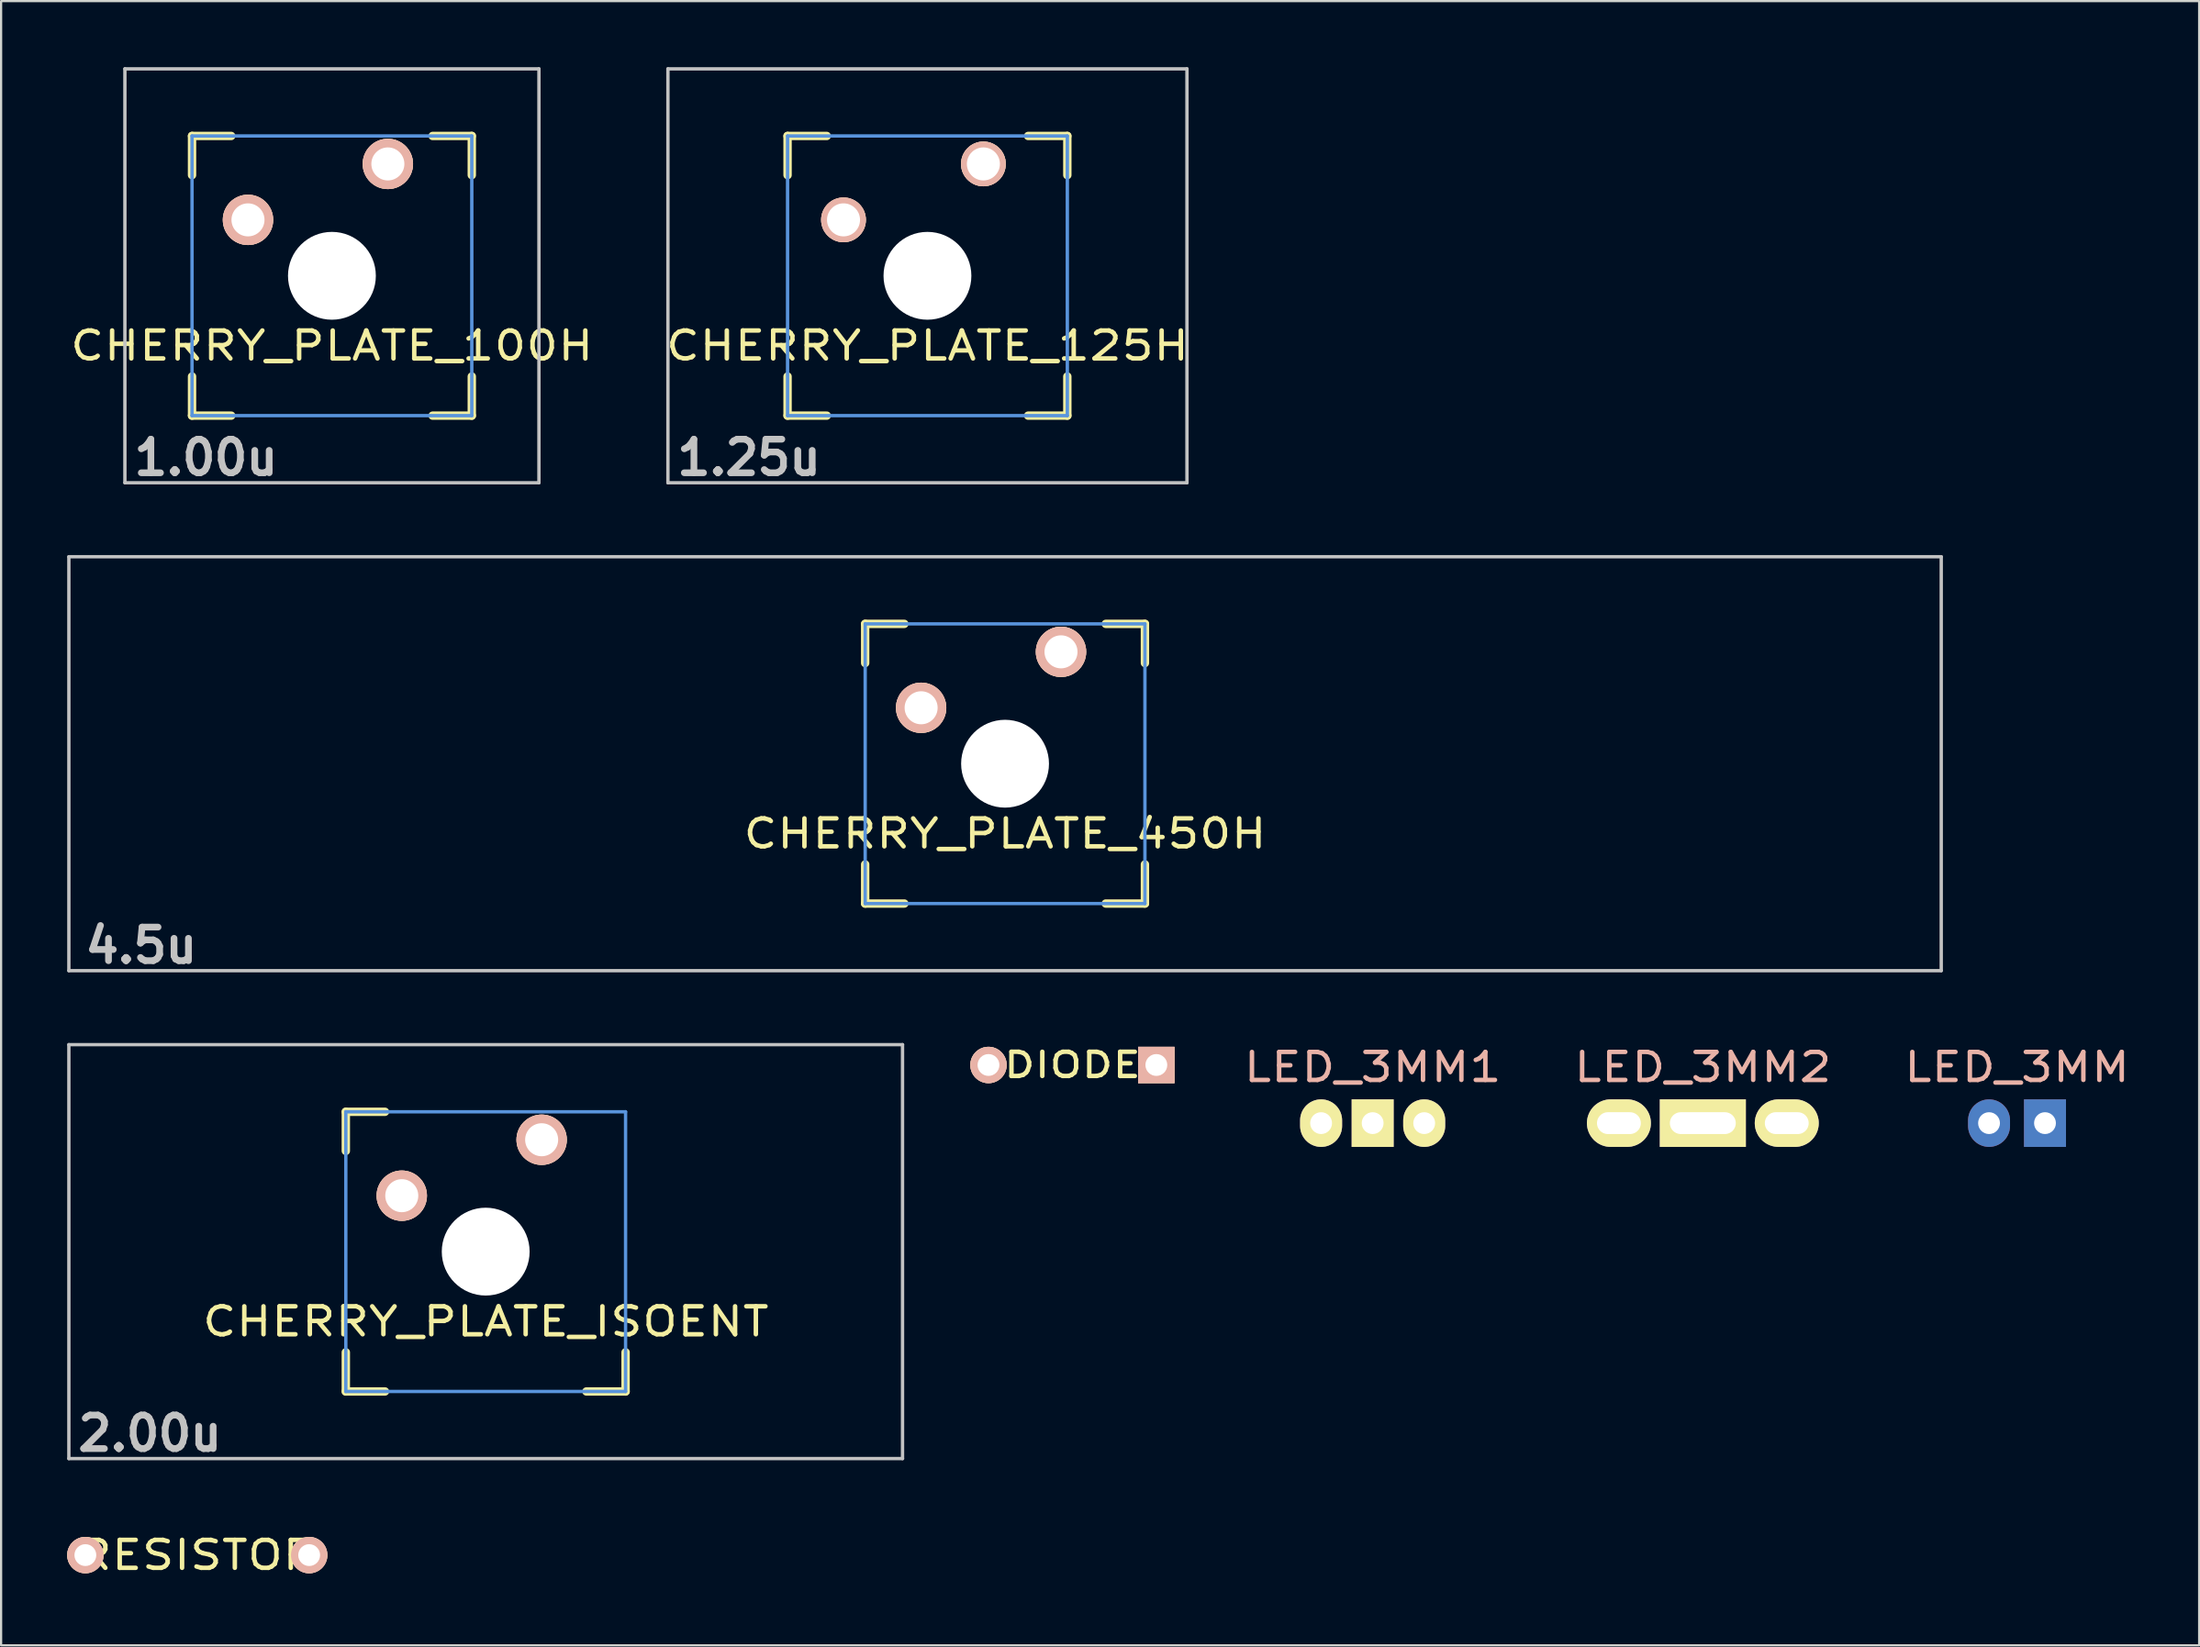
<source format=kicad_pcb>
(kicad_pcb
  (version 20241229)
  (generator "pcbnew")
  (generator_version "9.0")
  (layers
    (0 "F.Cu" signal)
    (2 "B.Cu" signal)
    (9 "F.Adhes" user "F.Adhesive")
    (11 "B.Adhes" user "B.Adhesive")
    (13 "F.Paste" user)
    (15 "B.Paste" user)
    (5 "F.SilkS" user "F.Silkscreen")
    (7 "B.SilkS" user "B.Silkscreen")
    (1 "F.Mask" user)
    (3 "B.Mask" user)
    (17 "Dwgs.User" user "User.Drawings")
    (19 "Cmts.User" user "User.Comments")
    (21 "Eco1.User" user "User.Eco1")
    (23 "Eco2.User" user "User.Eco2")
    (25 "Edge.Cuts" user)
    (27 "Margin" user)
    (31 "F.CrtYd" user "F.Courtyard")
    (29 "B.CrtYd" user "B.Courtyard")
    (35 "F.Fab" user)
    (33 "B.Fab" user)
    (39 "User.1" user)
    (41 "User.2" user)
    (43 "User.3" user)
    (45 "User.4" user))
  (footprint "DIODE"
    (layer "F.Cu")
    (at 45.634 45.311)
    (property "Reference" "DIODE" (at 0 0 0) (layer "F.SilkS") (effects (font (size 1.1 1.4) (thickness 0.203))))
    (attr through_hole)
    (pad "1" thru_hole circle (at -3.81 0) (size 1.651 1.651) (drill 0.991) (layers "*.Cu" "*.SilkS" "*.Mask"))
    (pad "2" thru_hole rect (at 3.81 0) (size 1.651 1.651) (drill 0.991) (layers "*.Cu" "*.SilkS" "*.Mask")))
  (footprint "LED_3MM1"
    (layer "F.Cu")
    (at 59.264 47.951)
    (property "Reference" "LED_3MM1" (at 0 -2.54 0) (layer "B.SilkS") (effects (font (size 1.27 1.524) (thickness 0.203))))
    (attr through_hole)
    (pad "1" thru_hole oval (at -2.34 0) (size 1.905 2.159) (drill 0.991) (layers "*.Cu" "F.Mask" "F.SilkS"))
    (pad "1" thru_hole oval (at 2.34 0) (size 1.905 2.159) (drill 0.991) (layers "*.Cu" "F.Mask" "F.SilkS"))
    (pad "2" thru_hole rect (at 0 0) (size 1.905 2.159) (drill 0.991) (layers "*.Cu" "F.Mask" "F.SilkS")))
  (footprint "LED_3MM"
    (layer "F.Cu")
    (at 88.516 47.951)
    (property "Reference" "LED_3MM" (at 0 -2.54 0) (layer "B.SilkS") (effects (font (size 1.27 1.524) (thickness 0.203))))
    (attr through_hole)
    (pad "1" thru_hole oval (at -1.27 0) (size 1.905 2.159) (drill 0.991) (layers "*.Cu" "*.Mask"))
    (pad "2" thru_hole rect (at 1.27 0) (size 1.905 2.159) (drill 0.991) (layers "*.Cu" "*.Mask")))
  (footprint "RESISTOR"
    (layer "F.Cu")
    (at 5.905 67.567)
    (property "Reference" "RESISTOR" (at 0 0 0) (layer "F.SilkS") (effects (font (size 1.27 1.524) (thickness 0.203))))
    (attr through_hole)
    (pad "1" thru_hole circle (at -5.08 0) (size 1.651 1.651) (drill 0.991) (layers "*.Cu" "*.SilkS" "*.Mask"))
    (pad "2" thru_hole circle (at 5.08 0) (size 1.651 1.651) (drill 0.991) (layers "*.Cu" "*.SilkS" "*.Mask")))
  (footprint "CHERRY_PLATE_450H"
    (layer "F.Cu")
    (at 42.576 31.63)
    (property "Reference" "CHERRY_PLATE_450H" (at 0 3.175 0) (layer "F.SilkS") (effects (font (size 1.27 1.524) (thickness 0.203))))
    (attr through_hole)
    (fp_line (start -6.35 -6.35) (end -4.572 -6.35) (stroke (width 0.381) (type solid)) (layer "F.SilkS"))
    (fp_line (start -6.35 -4.572) (end -6.35 -6.35) (stroke (width 0.381) (type solid)) (layer "F.SilkS"))
    (fp_line (start -6.35 6.35) (end -6.35 4.572) (stroke (width 0.381) (type solid)) (layer "F.SilkS"))
    (fp_line (start -4.572 6.35) (end -6.35 6.35) (stroke (width 0.381) (type solid)) (layer "F.SilkS"))
    (fp_line (start 4.572 -6.35) (end 6.35 -6.35) (stroke (width 0.381) (type solid)) (layer "F.SilkS"))
    (fp_line (start 6.35 -6.35) (end 6.35 -4.572) (stroke (width 0.381) (type solid)) (layer "F.SilkS"))
    (fp_line (start 6.35 4.572) (end 6.35 6.35) (stroke (width 0.381) (type solid)) (layer "F.SilkS"))
    (fp_line (start 6.35 6.35) (end 4.572 6.35) (stroke (width 0.381) (type solid)) (layer "F.SilkS"))
    (fp_line (start -42.5 -9.398) (end 42.5 -9.398) (stroke (width 0.152) (type solid)) (layer "Dwgs.User"))
    (fp_line (start -42.5 9.398) (end -42.5 -9.398) (stroke (width 0.152) (type solid)) (layer "Dwgs.User"))
    (fp_line (start 42.5 -9.398) (end 42.5 9.398) (stroke (width 0.152) (type solid)) (layer "Dwgs.User"))
    (fp_line (start 42.5 9.398) (end -42.5 9.398) (stroke (width 0.152) (type solid)) (layer "Dwgs.User"))
    (fp_line (start -6.35 -6.35) (end 6.35 -6.35) (stroke (width 0.152) (type solid)) (layer "Cmts.User"))
    (fp_line (start -6.35 6.35) (end -6.35 -6.35) (stroke (width 0.152) (type solid)) (layer "Cmts.User"))
    (fp_line (start 6.35 -6.35) (end 6.35 6.35) (stroke (width 0.152) (type solid)) (layer "Cmts.User"))
    (fp_line (start 6.35 6.35) (end -6.35 6.35) (stroke (width 0.152) (type solid)) (layer "Cmts.User"))
    (fp_text user "4.5u" (at -39.213 8.255 0) (layer "Dwgs.User") (effects (font (size 1.524 1.524) (thickness 0.305))))
    (pad "" np_thru_hole circle (at 0 0) (size 3.988 3.988) (drill 3.988) (layers "*.Cu"))
    (pad "1" thru_hole circle (at 2.54 -5.08) (size 2.286 2.286) (drill 1.499) (layers "*.Cu" "*.SilkS" "*.Mask"))
    (pad "2" thru_hole circle (at -3.81 -2.54) (size 2.286 2.286) (drill 1.499) (layers "*.Cu" "*.SilkS" "*.Mask")))
  (footprint "LED_3MM2"
    (layer "F.Cu")
    (at 74.253 47.951)
    (property "Reference" "LED_3MM2" (at 0 -2.54 0) (layer "B.SilkS") (effects (font (size 1.27 1.524) (thickness 0.203))))
    (attr through_hole)
    (pad "1" thru_hole oval (at -3.81 0) (size 2.905 2.159) (drill oval 1.991 0.991) (layers "*.Cu" "F.Mask" "F.SilkS"))
    (pad "1" thru_hole oval (at 3.81 0) (size 2.905 2.159) (drill oval 1.991 0.991) (layers "*.Cu" "F.Mask" "F.SilkS"))
    (pad "2" thru_hole rect (at 0 0) (size 3.905 2.159) (drill oval 2.991 0.991) (layers "*.Cu" "F.Mask" "F.SilkS")))
  (footprint "CHERRY_PLATE_ISOENT"
    (layer "F.Cu")
    (at 18.999 53.786)
    (property "Reference" "CHERRY_PLATE_ISOENT" (at 0 3.175 0) (layer "F.SilkS") (effects (font (size 1.27 1.524) (thickness 0.203))))
    (attr through_hole)
    (fp_line (start -6.35 -6.35) (end -4.572 -6.35) (stroke (width 0.381) (type solid)) (layer "F.SilkS"))
    (fp_line (start -6.35 -4.572) (end -6.35 -6.35) (stroke (width 0.381) (type solid)) (layer "F.SilkS"))
    (fp_line (start -6.35 6.35) (end -6.35 4.572) (stroke (width 0.381) (type solid)) (layer "F.SilkS"))
    (fp_line (start -4.572 6.35) (end -6.35 6.35) (stroke (width 0.381) (type solid)) (layer "F.SilkS"))
    (fp_line (start 6.35 4.572) (end 6.35 6.35) (stroke (width 0.381) (type solid)) (layer "F.SilkS"))
    (fp_line (start 6.35 6.35) (end 4.572 6.35) (stroke (width 0.381) (type solid)) (layer "F.SilkS"))
    (fp_line (start -18.923 -9.398) (end 18.923 -9.398) (stroke (width 0.152) (type solid)) (layer "Dwgs.User"))
    (fp_line (start -18.923 9.398) (end -18.923 -9.398) (stroke (width 0.152) (type solid)) (layer "Dwgs.User"))
    (fp_line (start 18.923 -9.398) (end 18.923 9.398) (stroke (width 0.152) (type solid)) (layer "Dwgs.User"))
    (fp_line (start 18.923 9.398) (end -18.923 9.398) (stroke (width 0.152) (type solid)) (layer "Dwgs.User"))
    (fp_line (start -6.35 -6.35) (end 6.35 -6.35) (stroke (width 0.152) (type solid)) (layer "Cmts.User"))
    (fp_line (start -6.35 6.35) (end -6.35 -6.35) (stroke (width 0.152) (type solid)) (layer "Cmts.User"))
    (fp_line (start 6.35 -6.35) (end 6.35 6.35) (stroke (width 0.152) (type solid)) (layer "Cmts.User"))
    (fp_line (start 6.35 6.35) (end -6.35 6.35) (stroke (width 0.152) (type solid)) (layer "Cmts.User"))
    (fp_text user "2.00u" (at -15.24 8.255 0) (layer "Dwgs.User") (effects (font (size 1.524 1.524) (thickness 0.305))))
    (pad "" np_thru_hole circle (at 0 0) (size 3.988 3.988) (drill 3.988) (layers "*.Cu"))
    (pad "1" thru_hole circle (at 2.54 -5.08) (size 2.286 2.286) (drill 1.499) (layers "*.Cu" "*.SilkS" "*.Mask"))
    (pad "2" thru_hole circle (at -3.81 -2.54) (size 2.286 2.286) (drill 1.499) (layers "*.Cu" "*.SilkS" "*.Mask")))
  (footprint "CHERRY_PLATE_100H"
    (layer "F.Cu")
    (at 12.018 9.474)
    (property "Reference" "CHERRY_PLATE_100H" (at 0 3.175 0) (layer "F.SilkS") (effects (font (size 1.27 1.524) (thickness 0.203))))
    (attr through_hole)
    (fp_line (start -6.35 -6.35) (end -4.572 -6.35) (stroke (width 0.381) (type solid)) (layer "F.SilkS"))
    (fp_line (start -6.35 -4.572) (end -6.35 -6.35) (stroke (width 0.381) (type solid)) (layer "F.SilkS"))
    (fp_line (start -6.35 6.35) (end -6.35 4.572) (stroke (width 0.381) (type solid)) (layer "F.SilkS"))
    (fp_line (start -4.572 6.35) (end -6.35 6.35) (stroke (width 0.381) (type solid)) (layer "F.SilkS"))
    (fp_line (start 4.572 -6.35) (end 6.35 -6.35) (stroke (width 0.381) (type solid)) (layer "F.SilkS"))
    (fp_line (start 6.35 -6.35) (end 6.35 -4.572) (stroke (width 0.381) (type solid)) (layer "F.SilkS"))
    (fp_line (start 6.35 4.572) (end 6.35 6.35) (stroke (width 0.381) (type solid)) (layer "F.SilkS"))
    (fp_line (start 6.35 6.35) (end 4.572 6.35) (stroke (width 0.381) (type solid)) (layer "F.SilkS"))
    (fp_line (start -9.398 -9.398) (end 9.398 -9.398) (stroke (width 0.152) (type solid)) (layer "Dwgs.User"))
    (fp_line (start -9.398 9.398) (end -9.398 -9.398) (stroke (width 0.152) (type solid)) (layer "Dwgs.User"))
    (fp_line (start 9.398 -9.398) (end 9.398 9.398) (stroke (width 0.152) (type solid)) (layer "Dwgs.User"))
    (fp_line (start 9.398 9.398) (end -9.398 9.398) (stroke (width 0.152) (type solid)) (layer "Dwgs.User"))
    (fp_line (start -6.35 -6.35) (end 6.35 -6.35) (stroke (width 0.152) (type solid)) (layer "Cmts.User"))
    (fp_line (start -6.35 6.35) (end -6.35 -6.35) (stroke (width 0.152) (type solid)) (layer "Cmts.User"))
    (fp_line (start 6.35 -6.35) (end 6.35 6.35) (stroke (width 0.152) (type solid)) (layer "Cmts.User"))
    (fp_line (start 6.35 6.35) (end -6.35 6.35) (stroke (width 0.152) (type solid)) (layer "Cmts.User"))
    (fp_text user "1.00u" (at -5.715 8.255 0) (layer "Dwgs.User") (effects (font (size 1.524 1.524) (thickness 0.305))))
    (pad "" np_thru_hole circle (at 0 0) (size 3.988 3.988) (drill 3.988) (layers "*.Cu"))
    (pad "1" thru_hole circle (at 2.54 -5.08) (size 2.286 2.286) (drill 1.499) (layers "*.Cu" "*.SilkS" "*.Mask"))
    (pad "2" thru_hole circle (at -3.81 -2.54) (size 2.286 2.286) (drill 1.499) (layers "*.Cu" "*.SilkS" "*.Mask")))
  (footprint "CHERRY_PLATE_125H"
    (layer "F.Cu")
    (at 39.053 9.474)
    (property "Reference" "CHERRY_PLATE_125H" (at 0 3.175 0) (layer "F.SilkS") (effects (font (size 1.27 1.524) (thickness 0.203))))
    (attr through_hole)
    (fp_line (start -6.35 -6.35) (end -4.572 -6.35) (stroke (width 0.381) (type solid)) (layer "F.SilkS"))
    (fp_line (start -6.35 -4.572) (end -6.35 -6.35) (stroke (width 0.381) (type solid)) (layer "F.SilkS"))
    (fp_line (start -6.35 6.35) (end -6.35 4.572) (stroke (width 0.381) (type solid)) (layer "F.SilkS"))
    (fp_line (start -4.572 6.35) (end -6.35 6.35) (stroke (width 0.381) (type solid)) (layer "F.SilkS"))
    (fp_line (start 4.572 -6.35) (end 6.35 -6.35) (stroke (width 0.381) (type solid)) (layer "F.SilkS"))
    (fp_line (start 6.35 -6.35) (end 6.35 -4.572) (stroke (width 0.381) (type solid)) (layer "F.SilkS"))
    (fp_line (start 6.35 4.572) (end 6.35 6.35) (stroke (width 0.381) (type solid)) (layer "F.SilkS"))
    (fp_line (start 6.35 6.35) (end 4.572 6.35) (stroke (width 0.381) (type solid)) (layer "F.SilkS"))
    (fp_line (start -11.781 -9.398) (end 11.781 -9.398) (stroke (width 0.152) (type solid)) (layer "Dwgs.User"))
    (fp_line (start -11.781 9.398) (end -11.781 -9.398) (stroke (width 0.152) (type solid)) (layer "Dwgs.User"))
    (fp_line (start 11.781 -9.398) (end 11.781 9.398) (stroke (width 0.152) (type solid)) (layer "Dwgs.User"))
    (fp_line (start 11.781 9.398) (end -11.781 9.398) (stroke (width 0.152) (type solid)) (layer "Dwgs.User"))
    (fp_line (start -6.35 -6.35) (end 6.35 -6.35) (stroke (width 0.152) (type solid)) (layer "Cmts.User"))
    (fp_line (start -6.35 6.35) (end -6.35 -6.35) (stroke (width 0.152) (type solid)) (layer "Cmts.User"))
    (fp_line (start 6.35 -6.35) (end 6.35 6.35) (stroke (width 0.152) (type solid)) (layer "Cmts.User"))
    (fp_line (start 6.35 6.35) (end -6.35 6.35) (stroke (width 0.152) (type solid)) (layer "Cmts.User"))
    (fp_text user "1.25u" (at -8.098 8.255 0) (layer "Dwgs.User") (effects (font (size 1.524 1.524) (thickness 0.305))))
    (pad "" np_thru_hole circle (at 0 0) (size 3.988 3.988) (drill 3.988) (layers "*.Cu"))
    (pad "1" thru_hole circle (at 2.54 -5.08) (size 2.032 2.032) (drill 1.499) (layers "*.Cu" "*.SilkS" "*.Mask"))
    (pad "2" thru_hole circle (at -3.81 -2.54) (size 2.032 2.032) (drill 1.499) (layers "*.Cu" "*.SilkS" "*.Mask")))
  (gr_rect
    (start -3 -3)
    (end 96.784 71.666)
    (stroke (width 0.1) (type default))
    (fill no)
    (layer "Edge.Cuts")))
</source>
